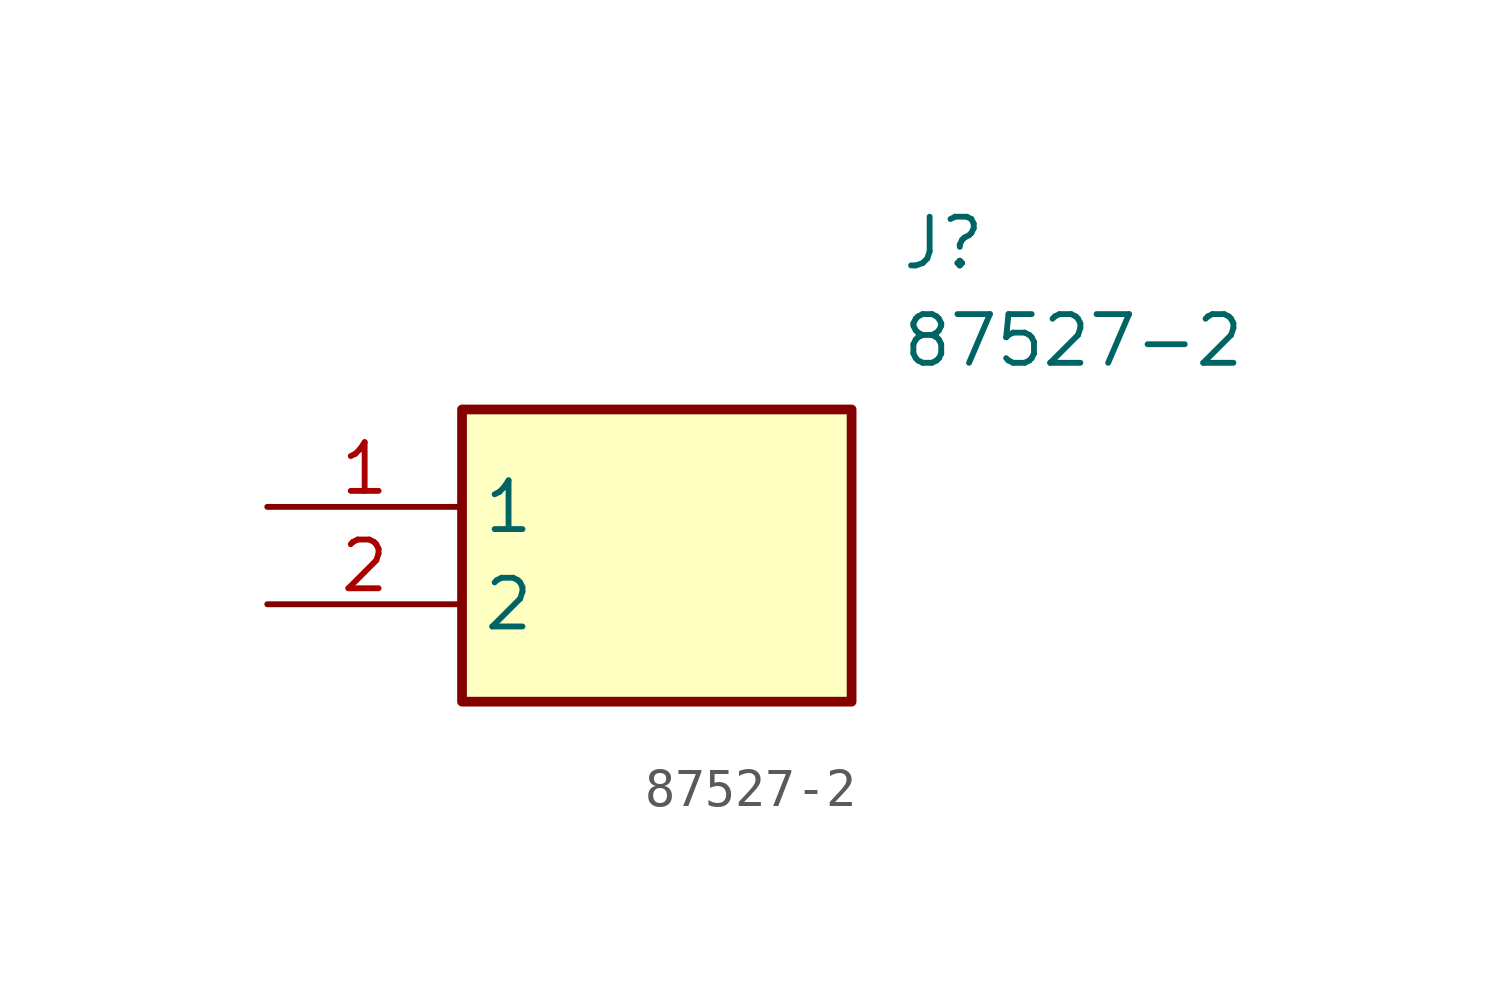
<source format=kicad_sym>
(kicad_symbol_lib
  (version 20211014)
  (generator SamacSys_ECAD_Model)
  (symbol "87527-2"
    (property "Reference" "J"
      (at 16.51 7.62 0)
      (effects (font (size 1.27 1.27)) (justify left top)))
    (property "Value" "87527-2"
      (at 16.51 5.08 0)
      (effects (font (size 1.27 1.27)) (justify left top)))
    (rectangle
      (start 5.08 2.54)
      (end 15.24 -5.08)
      (stroke (width 0.254) (type default))
      (fill (type background)))
    (pin passive line
      (at 0 0 0)
      (length 5.08)
      (name "1" (effects (font (size 1.27 1.27))))
      (number "1" (effects (font (size 1.27 1.27)))))
    (pin passive line
      (at 0 -2.54 0)
      (length 5.08)
      (name "2" (effects (font (size 1.27 1.27))))
      (number "2" (effects (font (size 1.27 1.27)))))))
</source>
